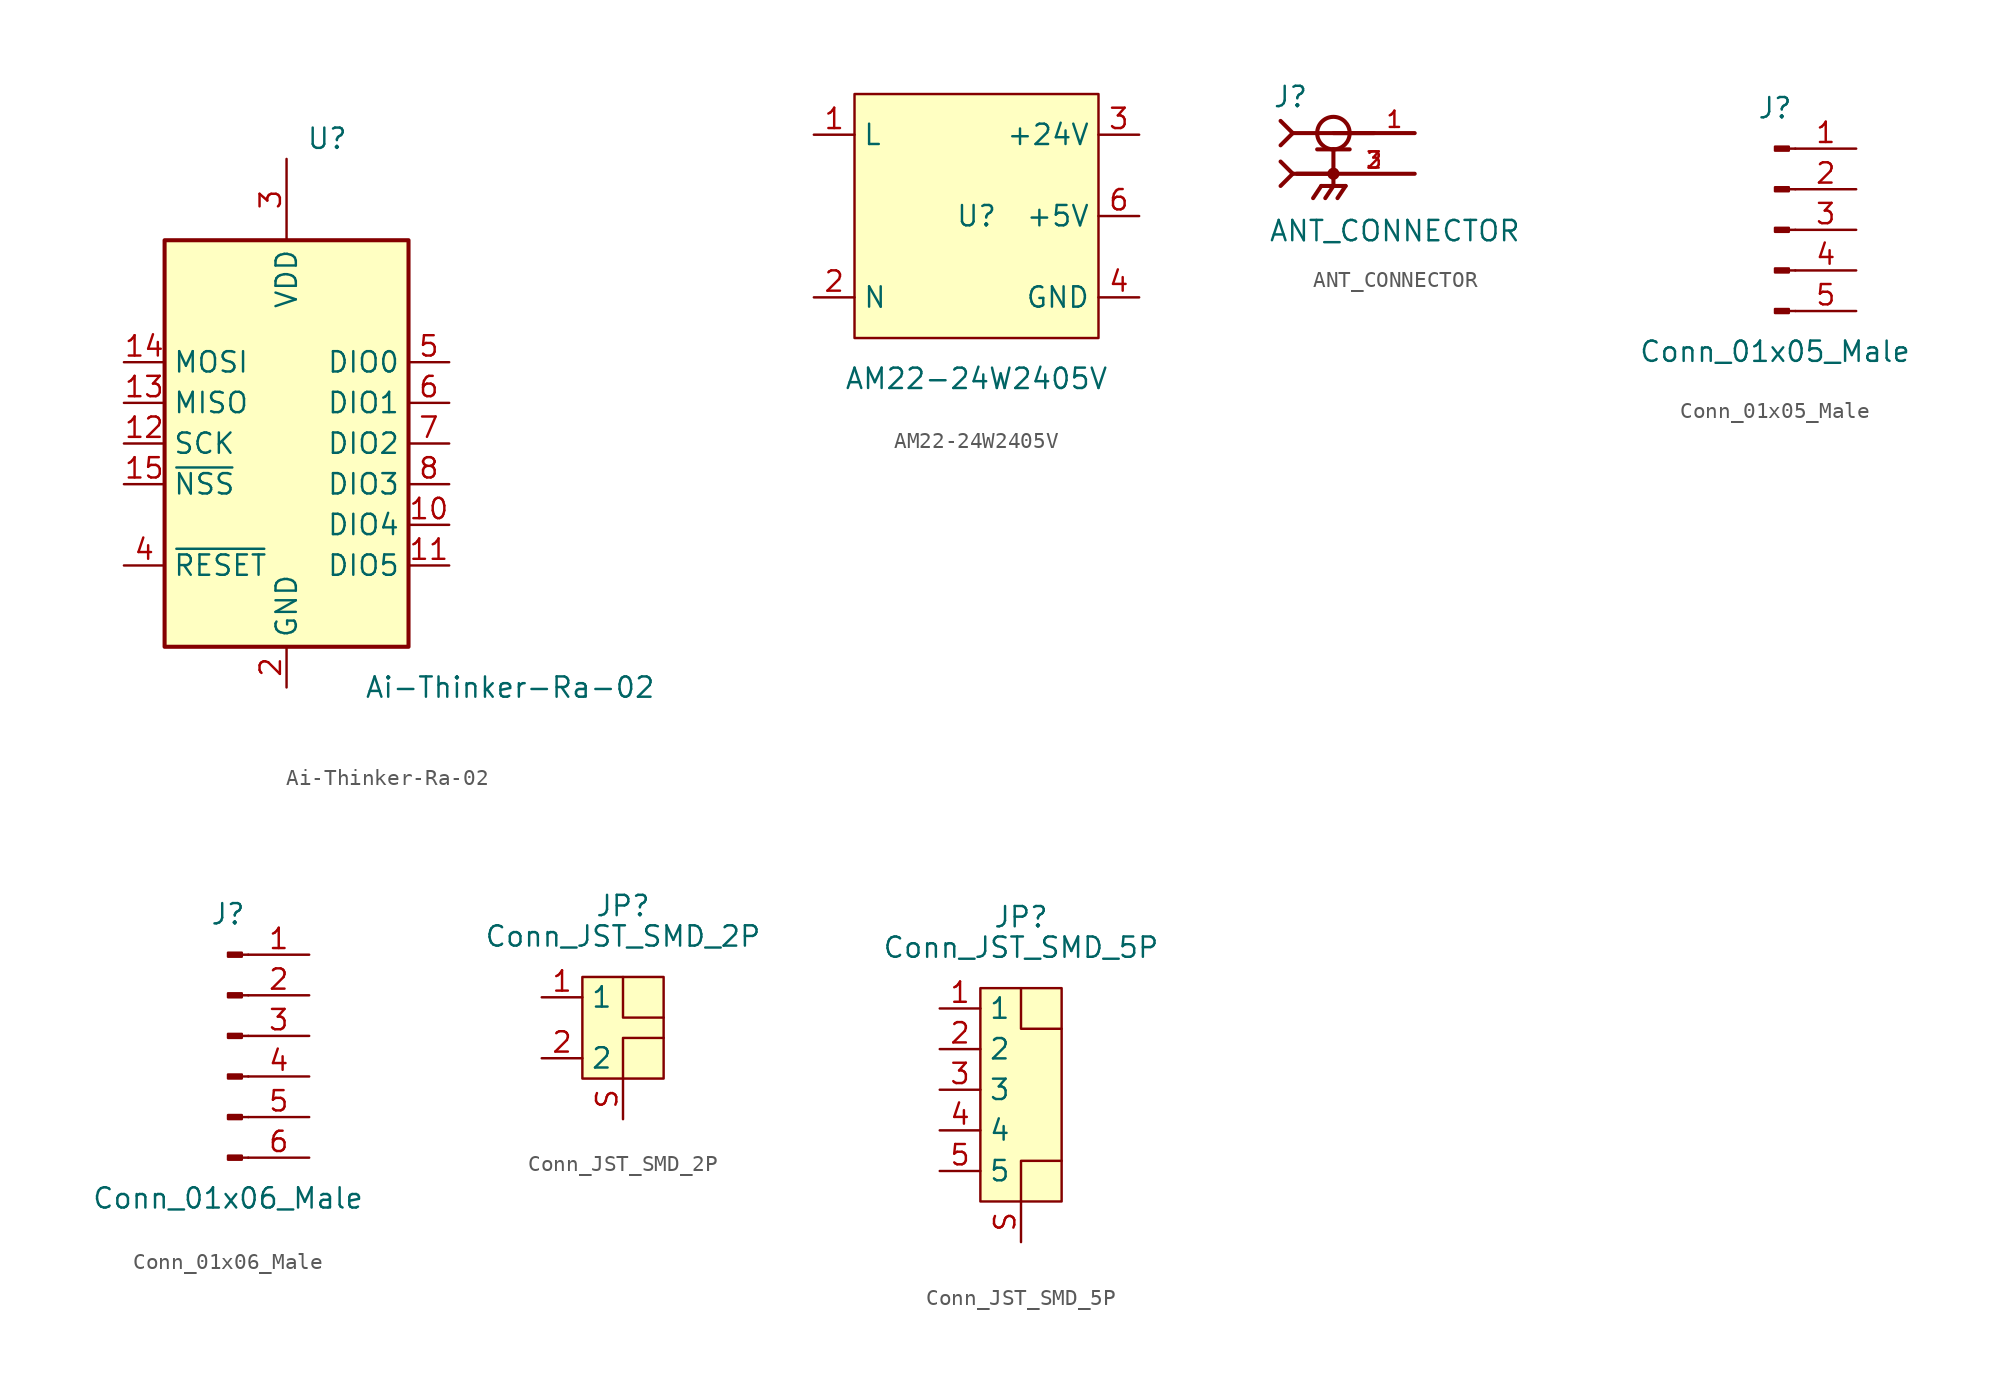
<source format=kicad_sym>
(kicad_symbol_lib
  (version 20220914)
  (generator kicad_symbol_editor)
  (symbol "Ai-Thinker-Ra-02"
    (property "Reference" "U"
      (at 2.54 19.05 0)
      (effects (font (size 1.27 1.27))))
    (property "Value" "Ai-Thinker-Ra-02"
      (at 13.97 -15.24 0)
      (effects (font (size 1.27 1.27))))
    (symbol "Ai-Thinker-Ra-02_0_1"
      (rectangle (start -7.62 12.7) (end 7.62 -12.7) (stroke (width 0.254) (type default)) (fill (type background))))
    (symbol "Ai-Thinker-Ra-02_1_1"
      (pin passive line (at 0 -15.24 90) (length 2.54) hide (name "GND" (effects (font (size 1.27 1.27)))) (number "1" (effects (font (size 1.27 1.27)))))
      (pin bidirectional line (at 10.16 -5.08 180) (length 2.54) (name "DIO4" (effects (font (size 1.27 1.27)))) (number "10" (effects (font (size 1.27 1.27)))))
      (pin bidirectional line (at 10.16 -7.62 180) (length 2.54) (name "DIO5" (effects (font (size 1.27 1.27)))) (number "11" (effects (font (size 1.27 1.27)))))
      (pin input line (at -10.16 0 0) (length 2.54) (name "SCK" (effects (font (size 1.27 1.27)))) (number "12" (effects (font (size 1.27 1.27)))))
      (pin output line (at -10.16 2.54 0) (length 2.54) (name "MISO" (effects (font (size 1.27 1.27)))) (number "13" (effects (font (size 1.27 1.27)))))
      (pin input line (at -10.16 5.08 0) (length 2.54) (name "MOSI" (effects (font (size 1.27 1.27)))) (number "14" (effects (font (size 1.27 1.27)))))
      (pin input line (at -10.16 -2.54 0) (length 2.54) (name "~{NSS}" (effects (font (size 1.27 1.27)))) (number "15" (effects (font (size 1.27 1.27)))))
      (pin passive line (at 0 -15.24 90) (length 2.54) hide (name "GND" (effects (font (size 1.27 1.27)))) (number "16" (effects (font (size 1.27 1.27)))))
      (pin power_in line (at 0 -15.24 90) (length 2.54) (name "GND" (effects (font (size 1.27 1.27)))) (number "2" (effects (font (size 1.27 1.27)))))
      (pin power_in line (at 0 17.78 270) (length 5.08) (name "VDD" (effects (font (size 1.27 1.27)))) (number "3" (effects (font (size 1.27 1.27)))))
      (pin input line (at -10.16 -7.62 0) (length 2.54) (name "~{RESET}" (effects (font (size 1.27 1.27)))) (number "4" (effects (font (size 1.27 1.27)))))
      (pin bidirectional line (at 10.16 5.08 180) (length 2.54) (name "DIO0" (effects (font (size 1.27 1.27)))) (number "5" (effects (font (size 1.27 1.27)))))
      (pin bidirectional line (at 10.16 2.54 180) (length 2.54) (name "DIO1" (effects (font (size 1.27 1.27)))) (number "6" (effects (font (size 1.27 1.27)))))
      (pin bidirectional line (at 10.16 0 180) (length 2.54) (name "DIO2" (effects (font (size 1.27 1.27)))) (number "7" (effects (font (size 1.27 1.27)))))
      (pin bidirectional line (at 10.16 -2.54 180) (length 2.54) (name "DIO3" (effects (font (size 1.27 1.27)))) (number "8" (effects (font (size 1.27 1.27)))))
      (pin passive line (at 0 -15.24 90) (length 2.54) hide (name "GND" (effects (font (size 1.27 1.27)))) (number "9" (effects (font (size 1.27 1.27)))))))
  (symbol "AM22-24W2405V"
    (property "Reference" "U"
      (at 0 0 0)
      (effects (font (size 1.27 1.27))))
    (property "Value" "AM22-24W2405V"
      (at 0 -10.16 0)
      (effects (font (size 1.27 1.27))))
    (symbol "AM22-24W2405V_0_1"
      (rectangle (start -7.62 7.62) (end 7.62 -7.62) (stroke (width 0) (type default)) (fill (type background))))
    (symbol "AM22-24W2405V_1_1"
      (pin power_in line (at -10.16 5.08 0) (length 2.54) (name "L" (effects (font (size 1.27 1.27)))) (number "1" (effects (font (size 1.27 1.27)))))
      (pin power_in line (at -10.16 -5.08 0) (length 2.54) (name "N" (effects (font (size 1.27 1.27)))) (number "2" (effects (font (size 1.27 1.27)))))
      (pin power_out line (at 10.16 5.08 180) (length 2.54) (name "+24V" (effects (font (size 1.27 1.27)))) (number "3" (effects (font (size 1.27 1.27)))))
      (pin power_out line (at 10.16 -5.08 180) (length 2.54) (name "GND" (effects (font (size 1.27 1.27)))) (number "4" (effects (font (size 1.27 1.27)))))
      (pin input line (at 10.16 -5.08 180) (length 2.54) hide (name "GND" (effects (font (size 1.27 1.27)))) (number "5" (effects (font (size 1.27 1.27)))))
      (pin input line (at 10.16 0 180) (length 2.54) (name "+5V" (effects (font (size 1.27 1.27)))) (number "6" (effects (font (size 1.27 1.27)))))))
  (symbol "ANT_CONNECTOR"
    (pin_names
      (offset 1.016))
    (property "Reference" "J"
      (at -3.81 4.064 0)
      (effects (font (size 1.27 1.27)) (justify left bottom)))
    (property "Value" "ANT_CONNECTOR"
      (at -4.064 -4.318 0)
      (effects (font (size 1.27 1.27)) (justify left bottom)))
    (symbol "ANT_CONNECTOR_0_0"
      (polyline (pts (xy -3.302 -0.762) (xy -2.54 0)) (stroke (width 0.254) (type default)) (fill (type none)))
      (polyline (pts (xy -3.302 0.762) (xy -2.54 0)) (stroke (width 0.254) (type default)) (fill (type none)))
      (polyline (pts (xy -3.302 1.778) (xy -2.54 2.54)) (stroke (width 0.254) (type default)) (fill (type none)))
      (polyline (pts (xy -3.302 3.302) (xy -2.54 2.54)) (stroke (width 0.254) (type default)) (fill (type none)))
      (polyline (pts (xy -2.54 0) (xy 0 0)) (stroke (width 0.254) (type default)) (fill (type none)))
      (polyline (pts (xy -2.54 2.54) (xy 5.08 2.54)) (stroke (width 0.254) (type default)) (fill (type none)))
      (polyline (pts (xy -1.016 1.524) (xy 0 1.524)) (stroke (width 0.254) (type default)) (fill (type none)))
      (polyline (pts (xy -0.762 -0.762) (xy -1.27 -1.524)) (stroke (width 0.254) (type default)) (fill (type none)))
      (polyline (pts (xy 0 -0.762) (xy -0.762 -0.762)) (stroke (width 0.254) (type default)) (fill (type none)))
      (polyline (pts (xy 0 -0.762) (xy -0.508 -1.524)) (stroke (width 0.254) (type default)) (fill (type none)))
      (polyline (pts (xy 0 -0.762) (xy 0.762 -0.762)) (stroke (width 0.254) (type default)) (fill (type none)))
      (polyline (pts (xy 0 0) (xy -2.286 0)) (stroke (width 0.254) (type default)) (fill (type none)))
      (polyline (pts (xy 0 0) (xy 0 -0.762)) (stroke (width 0.254) (type default)) (fill (type none)))
      (polyline (pts (xy 0 1.524) (xy 0 0)) (stroke (width 0.254) (type default)) (fill (type none)))
      (polyline (pts (xy 0 1.524) (xy 1.016 1.524)) (stroke (width 0.254) (type default)) (fill (type none)))
      (polyline (pts (xy 0.762 -0.762) (xy 0.254 -1.524)) (stroke (width 0.254) (type default)) (fill (type none)))
      (polyline (pts (xy 2.54 2.54) (xy 0 2.54)) (stroke (width 0.254) (type default)) (fill (type none)))
      (polyline (pts (xy 5.08 0) (xy 0.254 0)) (stroke (width 0.254) (type default)) (fill (type none)))
      (circle (center 0 0) (radius 0.254) (stroke (width 0.254) (type default)) (fill (type none)))
      (circle (center 0 2.54) (radius 1.016) (stroke (width 0.254) (type default)) (fill (type none)))
      (pin passive line (at 5.08 2.54 180) (length 2.54) (name "~" (effects (font (size 1.016 1.016)))) (number "1" (effects (font (size 1.016 1.016)))))
      (pin passive line (at 5.08 0 180) (length 5.08) (name "~" (effects (font (size 1.016 1.016)))) (number "2" (effects (font (size 1.016 1.016)))))
      (pin passive line (at 5.08 0 180) (length 5.08) (name "~" (effects (font (size 1.016 1.016)))) (number "3" (effects (font (size 1.016 1.016)))))))
  (symbol "Conn_01x05_Male"
    (pin_names
      (offset 1.016) hide)
    (property "Reference" "J"
      (at 0 7.62 0)
      (effects (font (size 1.27 1.27))))
    (property "Value" "Conn_01x05_Male"
      (at 0 -7.62 0)
      (effects (font (size 1.27 1.27))))
    (symbol "Conn_01x05_Male_1_1"
      (polyline (pts (xy 1.27 -5.08) (xy 0.864 -5.08)) (stroke (width 0.152) (type default)) (fill (type none)))
      (polyline (pts (xy 1.27 -2.54) (xy 0.864 -2.54)) (stroke (width 0.152) (type default)) (fill (type none)))
      (polyline (pts (xy 1.27 0) (xy 0.864 0)) (stroke (width 0.152) (type default)) (fill (type none)))
      (polyline (pts (xy 1.27 2.54) (xy 0.864 2.54)) (stroke (width 0.152) (type default)) (fill (type none)))
      (polyline (pts (xy 1.27 5.08) (xy 0.864 5.08)) (stroke (width 0.152) (type default)) (fill (type none)))
      (rectangle (start 0.864 -4.953) (end 0 -5.207) (stroke (width 0.152) (type default)) (fill (type outline)))
      (rectangle (start 0.864 -2.413) (end 0 -2.667) (stroke (width 0.152) (type default)) (fill (type outline)))
      (rectangle (start 0.864 0.127) (end 0 -0.127) (stroke (width 0.152) (type default)) (fill (type outline)))
      (rectangle (start 0.864 2.667) (end 0 2.413) (stroke (width 0.152) (type default)) (fill (type outline)))
      (rectangle (start 0.864 5.207) (end 0 4.953) (stroke (width 0.152) (type default)) (fill (type outline)))
      (pin passive line (at 5.08 5.08 180) (length 3.81) (name "Pin_1" (effects (font (size 1.27 1.27)))) (number "1" (effects (font (size 1.27 1.27)))))
      (pin passive line (at 5.08 2.54 180) (length 3.81) (name "Pin_2" (effects (font (size 1.27 1.27)))) (number "2" (effects (font (size 1.27 1.27)))))
      (pin passive line (at 5.08 0 180) (length 3.81) (name "Pin_3" (effects (font (size 1.27 1.27)))) (number "3" (effects (font (size 1.27 1.27)))))
      (pin passive line (at 5.08 -2.54 180) (length 3.81) (name "Pin_4" (effects (font (size 1.27 1.27)))) (number "4" (effects (font (size 1.27 1.27)))))
      (pin passive line (at 5.08 -5.08 180) (length 3.81) (name "Pin_5" (effects (font (size 1.27 1.27)))) (number "5" (effects (font (size 1.27 1.27)))))))
  (symbol "Conn_01x06_Male"
    (pin_names
      (offset 1.016) hide)
    (property "Reference" "J"
      (at 0 7.62 0)
      (effects (font (size 1.27 1.27))))
    (property "Value" "Conn_01x06_Male"
      (at 0 -10.16 0)
      (effects (font (size 1.27 1.27))))
    (symbol "Conn_01x06_Male_1_1"
      (polyline (pts (xy 1.27 -7.62) (xy 0.864 -7.62)) (stroke (width 0.152) (type default)) (fill (type none)))
      (polyline (pts (xy 1.27 -5.08) (xy 0.864 -5.08)) (stroke (width 0.152) (type default)) (fill (type none)))
      (polyline (pts (xy 1.27 -2.54) (xy 0.864 -2.54)) (stroke (width 0.152) (type default)) (fill (type none)))
      (polyline (pts (xy 1.27 0) (xy 0.864 0)) (stroke (width 0.152) (type default)) (fill (type none)))
      (polyline (pts (xy 1.27 2.54) (xy 0.864 2.54)) (stroke (width 0.152) (type default)) (fill (type none)))
      (polyline (pts (xy 1.27 5.08) (xy 0.864 5.08)) (stroke (width 0.152) (type default)) (fill (type none)))
      (rectangle (start 0.864 -7.493) (end 0 -7.747) (stroke (width 0.152) (type default)) (fill (type outline)))
      (rectangle (start 0.864 -4.953) (end 0 -5.207) (stroke (width 0.152) (type default)) (fill (type outline)))
      (rectangle (start 0.864 -2.413) (end 0 -2.667) (stroke (width 0.152) (type default)) (fill (type outline)))
      (rectangle (start 0.864 0.127) (end 0 -0.127) (stroke (width 0.152) (type default)) (fill (type outline)))
      (rectangle (start 0.864 2.667) (end 0 2.413) (stroke (width 0.152) (type default)) (fill (type outline)))
      (rectangle (start 0.864 5.207) (end 0 4.953) (stroke (width 0.152) (type default)) (fill (type outline)))
      (pin passive line (at 5.08 5.08 180) (length 3.81) (name "Pin_1" (effects (font (size 1.27 1.27)))) (number "1" (effects (font (size 1.27 1.27)))))
      (pin passive line (at 5.08 2.54 180) (length 3.81) (name "Pin_2" (effects (font (size 1.27 1.27)))) (number "2" (effects (font (size 1.27 1.27)))))
      (pin passive line (at 5.08 0 180) (length 3.81) (name "Pin_3" (effects (font (size 1.27 1.27)))) (number "3" (effects (font (size 1.27 1.27)))))
      (pin passive line (at 5.08 -2.54 180) (length 3.81) (name "Pin_4" (effects (font (size 1.27 1.27)))) (number "4" (effects (font (size 1.27 1.27)))))
      (pin passive line (at 5.08 -5.08 180) (length 3.81) (name "Pin_5" (effects (font (size 1.27 1.27)))) (number "5" (effects (font (size 1.27 1.27)))))
      (pin passive line (at 5.08 -7.62 180) (length 3.81) (name "Pin_6" (effects (font (size 1.27 1.27)))) (number "6" (effects (font (size 1.27 1.27)))))))
  (symbol "Conn_JST_SMD_2P"
    (property "Reference" "JP"
      (at 0 10.16 0)
      (effects (font (size 1.27 1.27))))
    (property "Value" "Conn_JST_SMD_2P"
      (at 0 8.255 0)
      (effects (font (size 1.27 1.27))))
    (symbol "Conn_JST_SMD_2P_0_1"
      (rectangle (start -2.54 5.715) (end 2.54 -0.635) (stroke (width 0) (type default)) (fill (type background)))
      (polyline (pts (xy 0 5.715) (xy 0 3.175) (xy 2.54 3.175)) (stroke (width 0) (type default)) (fill (type none)))
      (polyline (pts (xy 2.54 1.905) (xy 0 1.905) (xy 0 -0.635)) (stroke (width 0) (type default)) (fill (type none))))
    (symbol "Conn_JST_SMD_2P_1_1"
      (pin passive line (at -5.08 4.445 0) (length 2.54) (name "1" (effects (font (size 1.27 1.27)))) (number "1" (effects (font (size 1.27 1.27)))))
      (pin passive line (at -5.08 0.635 0) (length 2.54) (name "2" (effects (font (size 1.27 1.27)))) (number "2" (effects (font (size 1.27 1.27)))))
      (pin passive line (at 0 -3.175 90) (length 2.54) (name "" (effects (font (size 1.27 1.27)))) (number "S" (effects (font (size 1.27 1.27)))))))
  (symbol "Conn_JST_SMD_5P"
    (property "Reference" "JP"
      (at 0 10.16 0)
      (effects (font (size 1.27 1.27))))
    (property "Value" "Conn_JST_SMD_5P"
      (at 0 8.255 0)
      (effects (font (size 1.27 1.27))))
    (symbol "Conn_JST_SMD_5P_0_1"
      (rectangle (start -2.54 5.715) (end 2.54 -7.62) (stroke (width 0) (type default)) (fill (type background)))
      (polyline (pts (xy 0 5.715) (xy 0 3.175) (xy 2.54 3.175)) (stroke (width 0) (type default)) (fill (type none)))
      (polyline (pts (xy 2.54 -5.08) (xy 0 -5.08) (xy 0 -7.62)) (stroke (width 0) (type default)) (fill (type none))))
    (symbol "Conn_JST_SMD_5P_1_1"
      (pin passive line (at -5.08 4.445 0) (length 2.54) (name "1" (effects (font (size 1.27 1.27)))) (number "1" (effects (font (size 1.27 1.27)))))
      (pin passive line (at -5.08 1.905 0) (length 2.54) (name "2" (effects (font (size 1.27 1.27)))) (number "2" (effects (font (size 1.27 1.27)))))
      (pin passive line (at -5.08 -0.635 0) (length 2.54) (name "3" (effects (font (size 1.27 1.27)))) (number "3" (effects (font (size 1.27 1.27)))))
      (pin passive line (at -5.08 -3.175 0) (length 2.54) (name "4" (effects (font (size 1.27 1.27)))) (number "4" (effects (font (size 1.27 1.27)))))
      (pin passive line (at -5.08 -5.715 0) (length 2.54) (name "5" (effects (font (size 1.27 1.27)))) (number "5" (effects (font (size 1.27 1.27)))))
      (pin passive line (at 0 -10.16 90) (length 2.54) (name "" (effects (font (size 1.27 1.27)))) (number "S" (effects (font (size 1.27 1.27))))))))
</source>
